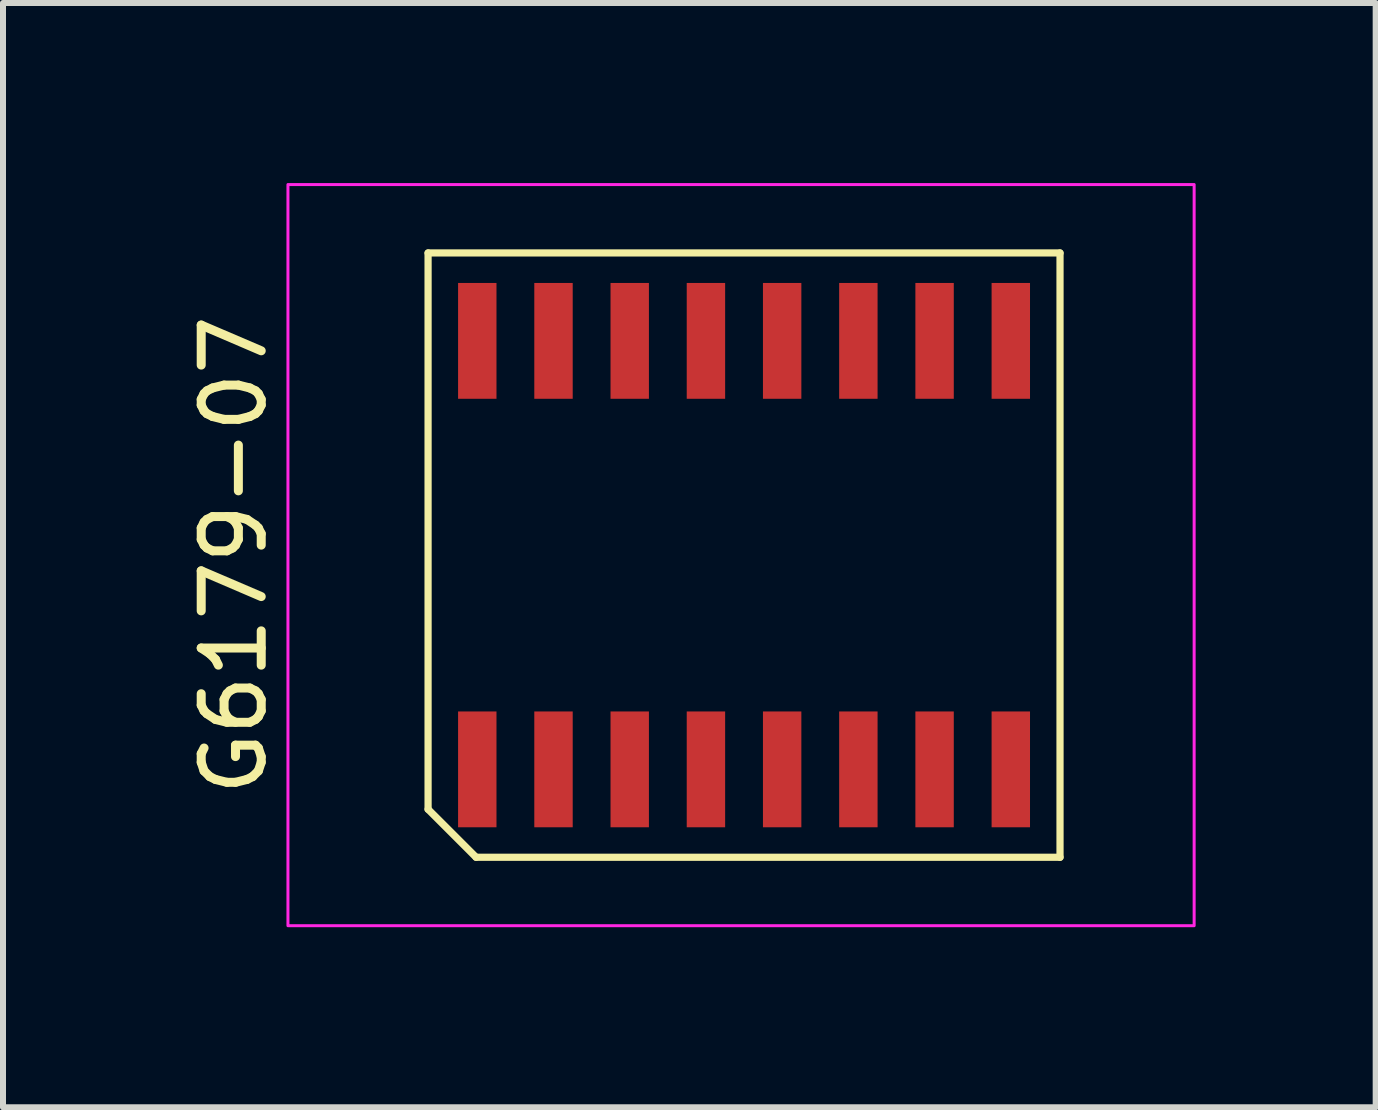
<source format=kicad_pcb>
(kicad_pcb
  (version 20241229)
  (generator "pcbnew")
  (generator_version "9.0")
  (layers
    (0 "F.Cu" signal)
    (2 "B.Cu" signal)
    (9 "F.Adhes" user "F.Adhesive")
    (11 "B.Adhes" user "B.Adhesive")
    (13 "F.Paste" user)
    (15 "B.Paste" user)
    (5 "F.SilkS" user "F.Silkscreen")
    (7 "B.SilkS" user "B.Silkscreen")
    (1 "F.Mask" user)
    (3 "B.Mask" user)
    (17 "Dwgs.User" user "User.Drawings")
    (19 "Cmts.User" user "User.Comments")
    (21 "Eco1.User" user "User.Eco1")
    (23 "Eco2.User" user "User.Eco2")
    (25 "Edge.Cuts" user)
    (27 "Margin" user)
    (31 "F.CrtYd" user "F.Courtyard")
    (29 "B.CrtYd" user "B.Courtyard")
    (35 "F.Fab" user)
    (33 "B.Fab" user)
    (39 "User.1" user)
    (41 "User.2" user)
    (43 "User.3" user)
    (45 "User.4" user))
  (footprint "G6179-07"
    (layer "F.Cu")
    (at 9.348 6.2)
    (property "Reference" "G6179-07" (at -8.5 0 90) (layer "F.SilkS") (effects (font (size 1 1) (thickness 0.15))))
    (attr smd)
    (fp_line (start -5.265 -5.035) (end 5.265 -5.035) (stroke (width 0.12) (type default)) (layer "F.SilkS"))
    (fp_line (start -5.265 4.235) (end -5.265 -5.035) (stroke (width 0.12) (type default)) (layer "F.SilkS"))
    (fp_line (start -4.465 5.035) (end -5.265 4.235) (stroke (width 0.12) (type default)) (layer "F.SilkS"))
    (fp_line (start 5.265 -5.035) (end 5.265 5.035) (stroke (width 0.12) (type default)) (layer "F.SilkS"))
    (fp_line (start 5.265 5.035) (end -4.465 5.035) (stroke (width 0.12) (type default)) (layer "F.SilkS"))
    (fp_rect (start -7.6 -6.175) (end 7.5 6.175) (stroke (width 0.05) (type default)) (fill no) (layer "F.CrtYd"))
    (pad "1" smd rect (at -4.445 3.57) (size 0.64 1.93) (layers "F.Cu" "F.Mask" "F.Paste"))
    (pad "2" smd rect (at -3.175 3.57) (size 0.64 1.93) (layers "F.Cu" "F.Mask" "F.Paste"))
    (pad "3" smd rect (at -1.905 3.57) (size 0.64 1.93) (layers "F.Cu" "F.Mask" "F.Paste"))
    (pad "4" smd rect (at -0.635 3.57) (size 0.64 1.93) (layers "F.Cu" "F.Mask" "F.Paste"))
    (pad "5" smd rect (at 0.635 3.57) (size 0.64 1.93) (layers "F.Cu" "F.Mask" "F.Paste"))
    (pad "6" smd rect (at 1.905 3.57) (size 0.64 1.93) (layers "F.Cu" "F.Mask" "F.Paste"))
    (pad "7" smd rect (at 3.175 3.57) (size 0.64 1.93) (layers "F.Cu" "F.Mask" "F.Paste"))
    (pad "8" smd rect (at 4.445 3.57) (size 0.64 1.93) (layers "F.Cu" "F.Mask" "F.Paste"))
    (pad "9" smd rect (at 4.445 -3.57) (size 0.64 1.93) (layers "F.Cu" "F.Mask" "F.Paste"))
    (pad "10" smd rect (at 3.175 -3.57) (size 0.64 1.93) (layers "F.Cu" "F.Mask" "F.Paste"))
    (pad "11" smd rect (at 1.905 -3.57) (size 0.64 1.93) (layers "F.Cu" "F.Mask" "F.Paste"))
    (pad "12" smd rect (at 0.635 -3.57) (size 0.64 1.93) (layers "F.Cu" "F.Mask" "F.Paste"))
    (pad "13" smd rect (at -0.635 -3.57) (size 0.64 1.93) (layers "F.Cu" "F.Mask" "F.Paste"))
    (pad "14" smd rect (at -1.905 -3.57) (size 0.64 1.93) (layers "F.Cu" "F.Mask" "F.Paste"))
    (pad "15" smd rect (at -3.175 -3.57) (size 0.64 1.93) (layers "F.Cu" "F.Mask" "F.Paste"))
    (pad "16" smd rect (at -4.445 -3.57) (size 0.64 1.93) (layers "F.Cu" "F.Mask" "F.Paste")))
  (gr_rect
    (start -3 -3)
    (end 19.873 15.4)
    (stroke (width 0.1) (type default))
    (fill no)
    (layer "Edge.Cuts")))
</source>
